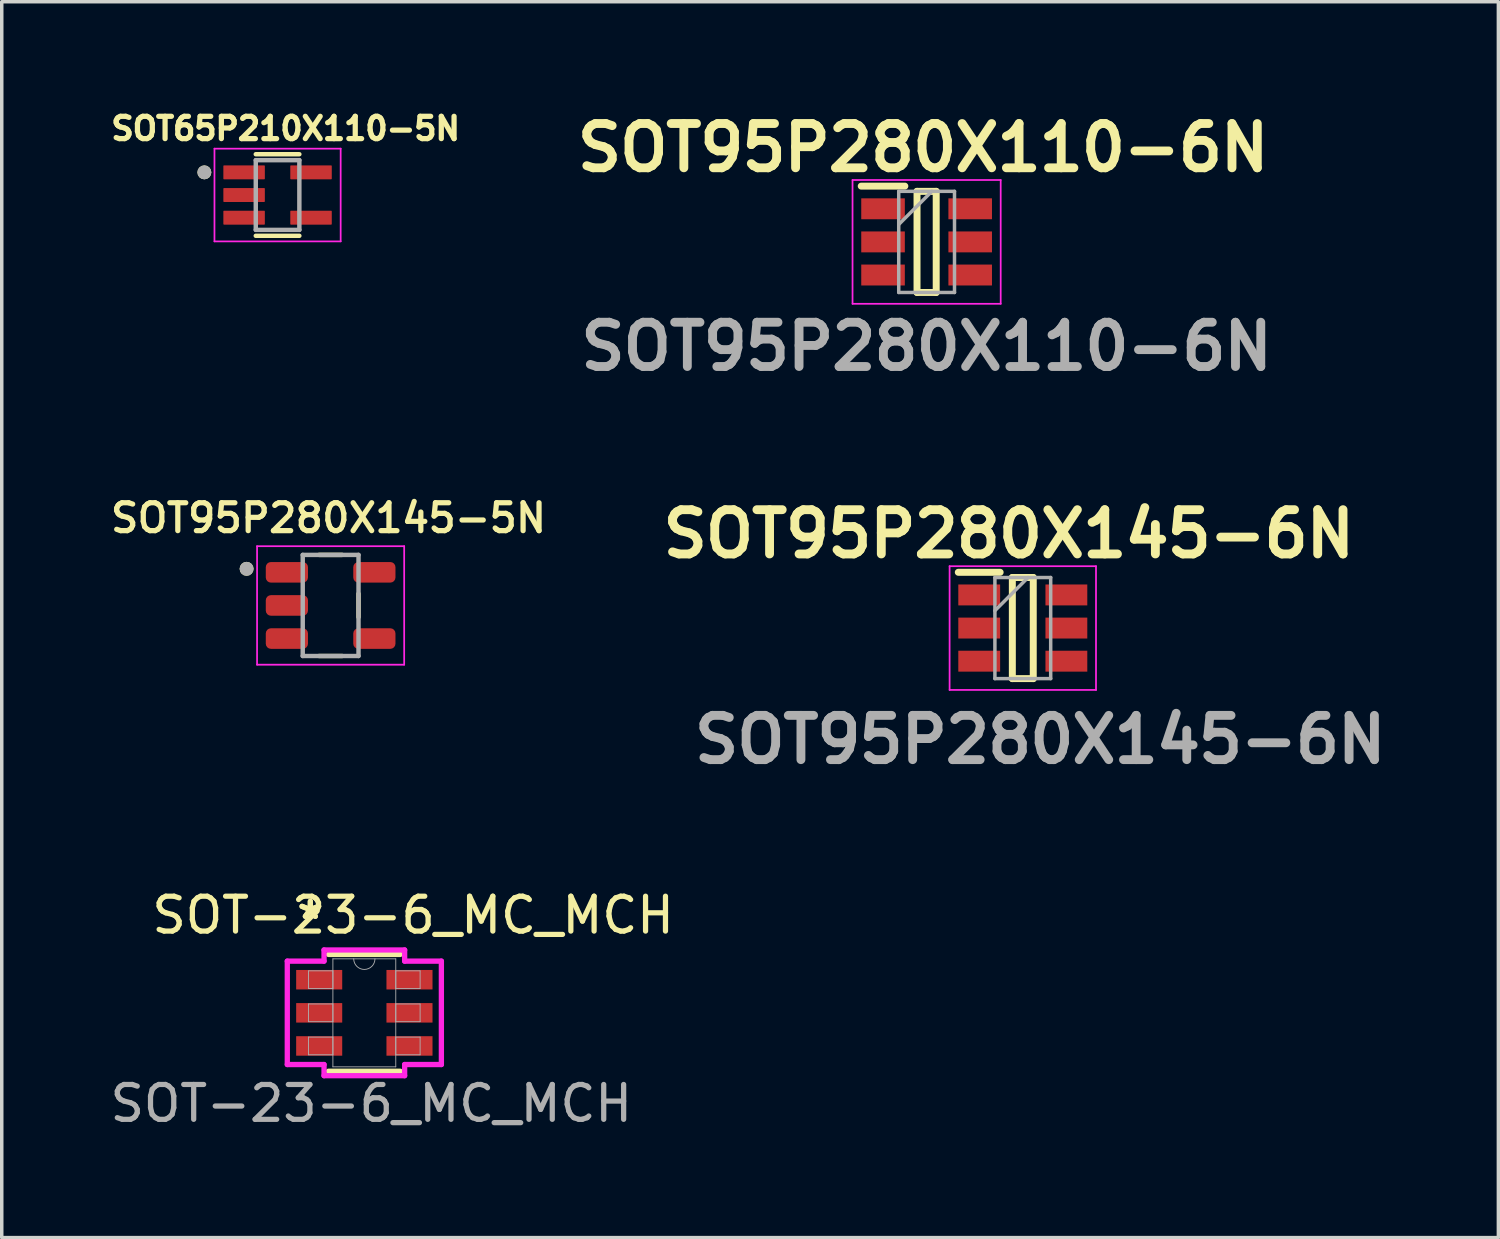
<source format=kicad_pcb>
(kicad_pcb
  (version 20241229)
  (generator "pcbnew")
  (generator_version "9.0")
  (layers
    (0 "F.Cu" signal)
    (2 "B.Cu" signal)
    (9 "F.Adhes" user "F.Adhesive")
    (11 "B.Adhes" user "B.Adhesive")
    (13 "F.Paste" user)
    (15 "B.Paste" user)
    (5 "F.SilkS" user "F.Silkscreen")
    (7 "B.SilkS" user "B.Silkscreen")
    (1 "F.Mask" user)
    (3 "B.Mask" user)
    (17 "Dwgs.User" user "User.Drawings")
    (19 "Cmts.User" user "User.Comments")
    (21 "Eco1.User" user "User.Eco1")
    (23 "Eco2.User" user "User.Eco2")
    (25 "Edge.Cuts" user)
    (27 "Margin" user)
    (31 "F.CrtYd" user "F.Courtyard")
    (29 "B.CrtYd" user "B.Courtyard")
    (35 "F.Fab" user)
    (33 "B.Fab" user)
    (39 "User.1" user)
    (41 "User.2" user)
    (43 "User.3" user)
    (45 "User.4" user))
  (footprint "SOT95P280X110-6N"
    (layer "F.Cu")
    (at 23.53 3.889)
    (property "Reference" "SOT95P280X110-6N" (at -0.1 -2.7 0) (layer "F.SilkS") (effects (font (size 1.27 1.27) (thickness 0.254))))
    (attr smd)
    (fp_line (start -1.875 -1.6) (end -0.625 -1.6) (stroke (width 0.2) (type solid)) (layer "F.SilkS"))
    (fp_line (start -0.275 -1.45) (end 0.275 -1.45) (stroke (width 0.2) (type solid)) (layer "F.SilkS"))
    (fp_line (start -0.275 1.45) (end -0.275 -1.45) (stroke (width 0.2) (type solid)) (layer "F.SilkS"))
    (fp_line (start 0.275 -1.45) (end 0.275 1.45) (stroke (width 0.2) (type solid)) (layer "F.SilkS"))
    (fp_line (start 0.275 1.45) (end -0.275 1.45) (stroke (width 0.2) (type solid)) (layer "F.SilkS"))
    (fp_line (start -2.125 -1.775) (end 2.125 -1.775) (stroke (width 0.05) (type solid)) (layer "F.CrtYd"))
    (fp_line (start -2.125 1.775) (end -2.125 -1.775) (stroke (width 0.05) (type solid)) (layer "F.CrtYd"))
    (fp_line (start 2.125 -1.775) (end 2.125 1.775) (stroke (width 0.05) (type solid)) (layer "F.CrtYd"))
    (fp_line (start 2.125 1.775) (end -2.125 1.775) (stroke (width 0.05) (type solid)) (layer "F.CrtYd"))
    (fp_line (start -0.8 -1.45) (end 0.8 -1.45) (stroke (width 0.1) (type solid)) (layer "F.Fab"))
    (fp_line (start -0.8 -0.5) (end 0.15 -1.45) (stroke (width 0.1) (type solid)) (layer "F.Fab"))
    (fp_line (start -0.8 1.45) (end -0.8 -1.45) (stroke (width 0.1) (type solid)) (layer "F.Fab"))
    (fp_line (start 0.8 -1.45) (end 0.8 1.45) (stroke (width 0.1) (type solid)) (layer "F.Fab"))
    (fp_line (start 0.8 1.45) (end -0.8 1.45) (stroke (width 0.1) (type solid)) (layer "F.Fab"))
    (fp_text user "${REFERENCE}" (at 0 3 0) (layer "F.Fab") (effects (font (size 1.27 1.27) (thickness 0.254))))
    (pad "1" smd rect (at -1.25 -0.95 90) (size 0.6 1.25) (layers "F.Cu" "F.Mask" "F.Paste"))
    (pad "2" smd rect (at -1.25 0 90) (size 0.6 1.25) (layers "F.Cu" "F.Mask" "F.Paste"))
    (pad "3" smd rect (at -1.25 0.95 90) (size 0.6 1.25) (layers "F.Cu" "F.Mask" "F.Paste"))
    (pad "4" smd rect (at 1.25 0.95 90) (size 0.6 1.25) (layers "F.Cu" "F.Mask" "F.Paste"))
    (pad "5" smd rect (at 1.25 0 90) (size 0.6 1.25) (layers "F.Cu" "F.Mask" "F.Paste"))
    (pad "6" smd rect (at 1.25 -0.95 90) (size 0.6 1.25) (layers "F.Cu" "F.Mask" "F.Paste")))
  (footprint "SOT65P210X110-5N"
    (layer "F.Cu")
    (at 4.912 2.544)
    (property "Reference" "SOT65P210X110-5N" (at 0.232 -1.906 0) (layer "F.SilkS") (effects (font (size 0.64 0.64) (thickness 0.15))))
    (attr through_hole)
    (fp_line (start -0.625 -1.17) (end 0.625 -1.17) (stroke (width 0.127) (type solid)) (layer "F.SilkS"))
    (fp_line (start 0.625 1.17) (end -0.625 1.17) (stroke (width 0.127) (type solid)) (layer "F.SilkS"))
    (fp_circle (center -2.1 -0.65) (end -2 -0.65) (stroke (width 0.2) (type solid)) (fill no) (layer "F.SilkS"))
    (fp_line (start -1.81 -1.33) (end 1.81 -1.33) (stroke (width 0.05) (type solid)) (layer "F.CrtYd"))
    (fp_line (start -1.81 1.33) (end -1.81 -1.33) (stroke (width 0.05) (type solid)) (layer "F.CrtYd"))
    (fp_line (start 1.81 -1.33) (end 1.81 1.33) (stroke (width 0.05) (type solid)) (layer "F.CrtYd"))
    (fp_line (start 1.81 1.33) (end -1.81 1.33) (stroke (width 0.05) (type solid)) (layer "F.CrtYd"))
    (fp_line (start -0.625 -1) (end 0.625 -1) (stroke (width 0.127) (type solid)) (layer "F.Fab"))
    (fp_line (start -0.625 1) (end -0.625 -1) (stroke (width 0.127) (type solid)) (layer "F.Fab"))
    (fp_line (start 0.625 -1) (end 0.625 1) (stroke (width 0.127) (type solid)) (layer "F.Fab"))
    (fp_line (start 0.625 1) (end -0.625 1) (stroke (width 0.127) (type solid)) (layer "F.Fab"))
    (fp_circle (center -2.1 -0.65) (end -2 -0.65) (stroke (width 0.2) (type solid)) (fill no) (layer "F.Fab"))
    (pad "1" smd roundrect (at -0.96 -0.65) (size 1.19 0.4) (layers "F.Cu" "F.Mask" "F.Paste") (roundrect_rratio 0.05))
    (pad "2" smd roundrect (at -0.96 0) (size 1.19 0.4) (layers "F.Cu" "F.Mask" "F.Paste") (roundrect_rratio 0.05))
    (pad "3" smd roundrect (at -0.96 0.65) (size 1.19 0.4) (layers "F.Cu" "F.Mask" "F.Paste") (roundrect_rratio 0.05))
    (pad "4" smd roundrect (at 0.96 0.65) (size 1.19 0.4) (layers "F.Cu" "F.Mask" "F.Paste") (roundrect_rratio 0.05))
    (pad "5" smd roundrect (at 0.96 -0.65) (size 1.19 0.4) (layers "F.Cu" "F.Mask" "F.Paste") (roundrect_rratio 0.05)))
  (footprint "SOT95P280X145-5N"
    (layer "F.Cu")
    (at 6.434 14.317)
    (property "Reference" "SOT95P280X145-5N" (at -0.06 -2.508 0) (layer "F.SilkS") (effects (font (size 0.8 0.8) (thickness 0.15))))
    (attr smd)
    (fp_line (start -0.33 -1.45) (end 0.33 -1.45) (stroke (width 0.127) (type solid)) (layer "F.SilkS"))
    (fp_line (start 0.33 1.45) (end -0.33 1.45) (stroke (width 0.127) (type solid)) (layer "F.SilkS"))
    (fp_line (start 0.8 -0.335) (end 0.8 0.335) (stroke (width 0.127) (type solid)) (layer "F.SilkS"))
    (fp_circle (center -2.41 -1.05) (end -2.31 -1.05) (stroke (width 0.2) (type solid)) (fill no) (layer "F.SilkS"))
    (fp_line (start -2.11 -1.7) (end 2.11 -1.7) (stroke (width 0.05) (type solid)) (layer "F.CrtYd"))
    (fp_line (start -2.11 1.7) (end -2.11 -1.7) (stroke (width 0.05) (type solid)) (layer "F.CrtYd"))
    (fp_line (start 2.11 -1.7) (end 2.11 1.7) (stroke (width 0.05) (type solid)) (layer "F.CrtYd"))
    (fp_line (start 2.11 1.7) (end -2.11 1.7) (stroke (width 0.05) (type solid)) (layer "F.CrtYd"))
    (fp_line (start -0.8 -1.45) (end 0.8 -1.45) (stroke (width 0.127) (type solid)) (layer "F.Fab"))
    (fp_line (start -0.8 1.45) (end -0.8 -1.45) (stroke (width 0.127) (type solid)) (layer "F.Fab"))
    (fp_line (start 0.8 -1.45) (end 0.8 1.45) (stroke (width 0.127) (type solid)) (layer "F.Fab"))
    (fp_line (start 0.8 1.45) (end -0.8 1.45) (stroke (width 0.127) (type solid)) (layer "F.Fab"))
    (fp_circle (center -2.41 -1.05) (end -2.31 -1.05) (stroke (width 0.2) (type solid)) (fill no) (layer "F.Fab"))
    (pad "1" smd roundrect (at -1.255 -0.95) (size 1.21 0.59) (layers "F.Cu" "F.Mask" "F.Paste") (roundrect_rratio 0.25))
    (pad "2" smd roundrect (at -1.255 0) (size 1.21 0.59) (layers "F.Cu" "F.Mask" "F.Paste") (roundrect_rratio 0.25))
    (pad "3" smd roundrect (at -1.255 0.95) (size 1.21 0.59) (layers "F.Cu" "F.Mask" "F.Paste") (roundrect_rratio 0.25))
    (pad "4" smd roundrect (at 1.255 0.95) (size 1.21 0.59) (layers "F.Cu" "F.Mask" "F.Paste") (roundrect_rratio 0.25))
    (pad "5" smd roundrect (at 1.255 -0.95) (size 1.21 0.59) (layers "F.Cu" "F.Mask" "F.Paste") (roundrect_rratio 0.25)))
  (footprint "SOT-23-6_MC_MCH"
    (layer "F.Cu")
    (at 7.401 26.003)
    (property "Reference" "SOT-23-6_MC_MCH" (at 1.4 -2.8 0) (unlocked yes) (layer "F.SilkS") (effects (font (size 1 1) (thickness 0.15))))
    (attr smd)
    (fp_line (start -1.029 1.676) (end 1.029 1.676) (stroke (width 0.152) (type solid)) (layer "F.SilkS"))
    (fp_line (start 1.029 -1.676) (end -1.029 -1.676) (stroke (width 0.152) (type solid)) (layer "F.SilkS"))
    (fp_line (start -2.21 -1.483) (end -1.156 -1.483) (stroke (width 0.152) (type solid)) (layer "F.CrtYd"))
    (fp_line (start -2.21 1.483) (end -2.21 -1.483) (stroke (width 0.152) (type solid)) (layer "F.CrtYd"))
    (fp_line (start -2.21 1.483) (end -1.156 1.483) (stroke (width 0.152) (type solid)) (layer "F.CrtYd"))
    (fp_line (start -1.156 -1.803) (end 1.156 -1.803) (stroke (width 0.152) (type solid)) (layer "F.CrtYd"))
    (fp_line (start -1.156 -1.483) (end -1.156 -1.803) (stroke (width 0.152) (type solid)) (layer "F.CrtYd"))
    (fp_line (start -1.156 1.803) (end -1.156 1.483) (stroke (width 0.152) (type solid)) (layer "F.CrtYd"))
    (fp_line (start 1.156 -1.803) (end 1.156 -1.483) (stroke (width 0.152) (type solid)) (layer "F.CrtYd"))
    (fp_line (start 1.156 1.483) (end 1.156 1.803) (stroke (width 0.152) (type solid)) (layer "F.CrtYd"))
    (fp_line (start 1.156 1.803) (end -1.156 1.803) (stroke (width 0.152) (type solid)) (layer "F.CrtYd"))
    (fp_line (start 2.21 -1.483) (end 1.156 -1.483) (stroke (width 0.152) (type solid)) (layer "F.CrtYd"))
    (fp_line (start 2.21 -1.483) (end 2.21 1.483) (stroke (width 0.152) (type solid)) (layer "F.CrtYd"))
    (fp_line (start 2.21 1.483) (end 1.156 1.483) (stroke (width 0.152) (type solid)) (layer "F.CrtYd"))
    (fp_line (start -1.6 -1.204) (end -1.6 -0.696) (stroke (width 0.025) (type solid)) (layer "F.Fab"))
    (fp_line (start -1.6 -0.696) (end -0.902 -0.696) (stroke (width 0.025) (type solid)) (layer "F.Fab"))
    (fp_line (start -1.6 -0.254) (end -1.6 0.254) (stroke (width 0.025) (type solid)) (layer "F.Fab"))
    (fp_line (start -1.6 0.254) (end -0.902 0.254) (stroke (width 0.025) (type solid)) (layer "F.Fab"))
    (fp_line (start -1.6 0.696) (end -1.6 1.204) (stroke (width 0.025) (type solid)) (layer "F.Fab"))
    (fp_line (start -1.6 1.204) (end -0.902 1.204) (stroke (width 0.025) (type solid)) (layer "F.Fab"))
    (fp_line (start -0.902 -1.549) (end -0.902 1.549) (stroke (width 0.025) (type solid)) (layer "F.Fab"))
    (fp_line (start -0.902 -1.204) (end -1.6 -1.204) (stroke (width 0.025) (type solid)) (layer "F.Fab"))
    (fp_line (start -0.902 -0.696) (end -0.902 -1.204) (stroke (width 0.025) (type solid)) (layer "F.Fab"))
    (fp_line (start -0.902 -0.254) (end -1.6 -0.254) (stroke (width 0.025) (type solid)) (layer "F.Fab"))
    (fp_line (start -0.902 0.254) (end -0.902 -0.254) (stroke (width 0.025) (type solid)) (layer "F.Fab"))
    (fp_line (start -0.902 0.696) (end -1.6 0.696) (stroke (width 0.025) (type solid)) (layer "F.Fab"))
    (fp_line (start -0.902 1.204) (end -0.902 0.696) (stroke (width 0.025) (type solid)) (layer "F.Fab"))
    (fp_line (start -0.902 1.549) (end 0.902 1.549) (stroke (width 0.025) (type solid)) (layer "F.Fab"))
    (fp_line (start 0.902 -1.549) (end -0.902 -1.549) (stroke (width 0.025) (type solid)) (layer "F.Fab"))
    (fp_line (start 0.902 -1.204) (end 0.902 -0.696) (stroke (width 0.025) (type solid)) (layer "F.Fab"))
    (fp_line (start 0.902 -0.696) (end 1.6 -0.696) (stroke (width 0.025) (type solid)) (layer "F.Fab"))
    (fp_line (start 0.902 -0.254) (end 0.902 0.254) (stroke (width 0.025) (type solid)) (layer "F.Fab"))
    (fp_line (start 0.902 0.254) (end 1.6 0.254) (stroke (width 0.025) (type solid)) (layer "F.Fab"))
    (fp_line (start 0.902 0.696) (end 0.902 1.204) (stroke (width 0.025) (type solid)) (layer "F.Fab"))
    (fp_line (start 0.902 1.204) (end 1.6 1.204) (stroke (width 0.025) (type solid)) (layer "F.Fab"))
    (fp_line (start 0.902 1.549) (end 0.902 -1.549) (stroke (width 0.025) (type solid)) (layer "F.Fab"))
    (fp_line (start 1.6 -1.204) (end 0.902 -1.204) (stroke (width 0.025) (type solid)) (layer "F.Fab"))
    (fp_line (start 1.6 -0.696) (end 1.6 -1.204) (stroke (width 0.025) (type solid)) (layer "F.Fab"))
    (fp_line (start 1.6 -0.254) (end 0.902 -0.254) (stroke (width 0.025) (type solid)) (layer "F.Fab"))
    (fp_line (start 1.6 0.254) (end 1.6 -0.254) (stroke (width 0.025) (type solid)) (layer "F.Fab"))
    (fp_line (start 1.6 0.696) (end 0.902 0.696) (stroke (width 0.025) (type solid)) (layer "F.Fab"))
    (fp_line (start 1.6 1.204) (end 1.6 0.696) (stroke (width 0.025) (type solid)) (layer "F.Fab"))
    (fp_arc (start 0.3048 -1.5494) (mid 0 -1.2446) (end -0.3048 -1.5494) (stroke (width 0.0254) (type solid)) (layer "F.Fab"))
    (fp_text user "*" (at -1.549 -2.652 0) (unlocked yes) (layer "F.SilkS") (effects (font (size 1 1) (thickness 0.15))))
    (fp_text user "*" (at -1.549 -2.652 0) (layer "F.SilkS") (effects (font (size 1 1) (thickness 0.15))))
    (fp_text user "${REFERENCE}" (at 0.2 2.6 0) (unlocked yes) (layer "F.Fab") (effects (font (size 1 1) (thickness 0.15))))
    (pad "1" smd rect (at -1.295 -0.95) (size 1.321 0.559) (layers "F.Cu" "F.Mask" "F.Paste"))
    (pad "2" smd rect (at -1.295 0) (size 1.321 0.559) (layers "F.Cu" "F.Mask" "F.Paste"))
    (pad "3" smd rect (at -1.295 0.95) (size 1.321 0.559) (layers "F.Cu" "F.Mask" "F.Paste"))
    (pad "4" smd rect (at 1.295 0.95) (size 1.321 0.559) (layers "F.Cu" "F.Mask" "F.Paste"))
    (pad "5" smd rect (at 1.295 0) (size 1.321 0.559) (layers "F.Cu" "F.Mask" "F.Paste"))
    (pad "6" smd rect (at 1.295 -0.95) (size 1.321 0.559) (layers "F.Cu" "F.Mask" "F.Paste")))
  (footprint "SOT95P280X145-6N"
    (layer "F.Cu")
    (at 26.289 14.966)
    (property "Reference" "SOT95P280X145-6N" (at -0.4 -2.7 0) (layer "F.SilkS") (effects (font (size 1.27 1.27) (thickness 0.254))))
    (attr smd)
    (fp_line (start -1.85 -1.6) (end -0.65 -1.6) (stroke (width 0.2) (type solid)) (layer "F.SilkS"))
    (fp_line (start -0.3 -1.45) (end 0.3 -1.45) (stroke (width 0.2) (type solid)) (layer "F.SilkS"))
    (fp_line (start -0.3 1.45) (end -0.3 -1.45) (stroke (width 0.2) (type solid)) (layer "F.SilkS"))
    (fp_line (start 0.3 -1.45) (end 0.3 1.45) (stroke (width 0.2) (type solid)) (layer "F.SilkS"))
    (fp_line (start 0.3 1.45) (end -0.3 1.45) (stroke (width 0.2) (type solid)) (layer "F.SilkS"))
    (fp_line (start -2.1 -1.775) (end 2.1 -1.775) (stroke (width 0.05) (type solid)) (layer "F.CrtYd"))
    (fp_line (start -2.1 1.775) (end -2.1 -1.775) (stroke (width 0.05) (type solid)) (layer "F.CrtYd"))
    (fp_line (start 2.1 -1.775) (end 2.1 1.775) (stroke (width 0.05) (type solid)) (layer "F.CrtYd"))
    (fp_line (start 2.1 1.775) (end -2.1 1.775) (stroke (width 0.05) (type solid)) (layer "F.CrtYd"))
    (fp_line (start -0.8 -1.45) (end 0.8 -1.45) (stroke (width 0.1) (type solid)) (layer "F.Fab"))
    (fp_line (start -0.8 -0.5) (end 0.15 -1.45) (stroke (width 0.1) (type solid)) (layer "F.Fab"))
    (fp_line (start -0.8 1.45) (end -0.8 -1.45) (stroke (width 0.1) (type solid)) (layer "F.Fab"))
    (fp_line (start 0.8 -1.45) (end 0.8 1.45) (stroke (width 0.1) (type solid)) (layer "F.Fab"))
    (fp_line (start 0.8 1.45) (end -0.8 1.45) (stroke (width 0.1) (type solid)) (layer "F.Fab"))
    (fp_text user "${REFERENCE}" (at 0.5 3.2 0) (layer "F.Fab") (effects (font (size 1.27 1.27) (thickness 0.254))))
    (pad "1" smd rect (at -1.25 -0.95 90) (size 0.6 1.2) (layers "F.Cu" "F.Mask" "F.Paste"))
    (pad "2" smd rect (at -1.25 0 90) (size 0.6 1.2) (layers "F.Cu" "F.Mask" "F.Paste"))
    (pad "3" smd rect (at -1.25 0.95 90) (size 0.6 1.2) (layers "F.Cu" "F.Mask" "F.Paste"))
    (pad "4" smd rect (at 1.25 0.95 90) (size 0.6 1.2) (layers "F.Cu" "F.Mask" "F.Paste"))
    (pad "5" smd rect (at 1.25 0 90) (size 0.6 1.2) (layers "F.Cu" "F.Mask" "F.Paste"))
    (pad "6" smd rect (at 1.25 -0.95 90) (size 0.6 1.2) (layers "F.Cu" "F.Mask" "F.Paste")))
  (gr_rect
    (start -3 -3)
    (end 39.931 32.451)
    (stroke (width 0.1) (type default))
    (fill no)
    (layer "Edge.Cuts")))
</source>
